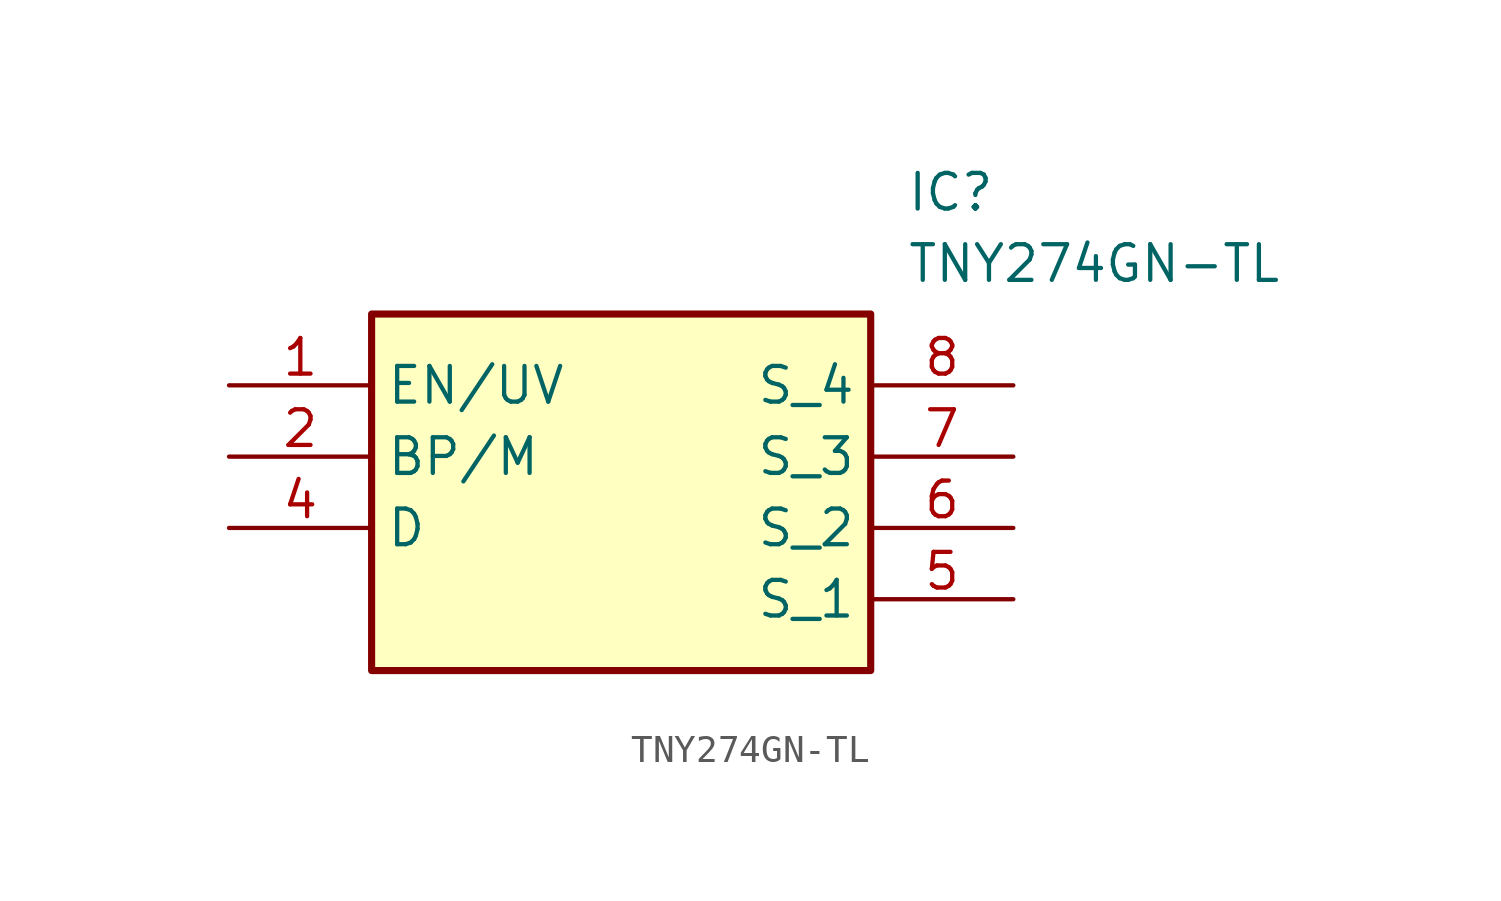
<source format=kicad_sym>
(kicad_symbol_lib
  (version 20211014)
  (generator SamacSys_ECAD_Model)
  (symbol "TNY274GN-TL"
    (property "Reference" "IC"
      (at 24.13 7.62 0)
      (effects (font (size 1.27 1.27)) (justify left top)))
    (property "Value" "TNY274GN-TL"
      (at 24.13 5.08 0)
      (effects (font (size 1.27 1.27)) (justify left top)))
    (rectangle
      (start 5.08 2.54)
      (end 22.86 -10.16)
      (stroke (width 0.254) (type default))
      (fill (type background)))
    (pin passive line
      (at 0 0 0)
      (length 5.08)
      (name "EN/UV" (effects (font (size 1.27 1.27))))
      (number "1" (effects (font (size 1.27 1.27)))))
    (pin passive line
      (at 0 -2.54 0)
      (length 5.08)
      (name "BP/M" (effects (font (size 1.27 1.27))))
      (number "2" (effects (font (size 1.27 1.27)))))
    (pin passive line
      (at 0 -5.08 0)
      (length 5.08)
      (name "D" (effects (font (size 1.27 1.27))))
      (number "4" (effects (font (size 1.27 1.27)))))
    (pin passive line
      (at 27.94 -7.62 180)
      (length 5.08)
      (name "S_1" (effects (font (size 1.27 1.27))))
      (number "5" (effects (font (size 1.27 1.27)))))
    (pin passive line
      (at 27.94 -5.08 180)
      (length 5.08)
      (name "S_2" (effects (font (size 1.27 1.27))))
      (number "6" (effects (font (size 1.27 1.27)))))
    (pin passive line
      (at 27.94 -2.54 180)
      (length 5.08)
      (name "S_3" (effects (font (size 1.27 1.27))))
      (number "7" (effects (font (size 1.27 1.27)))))
    (pin passive line
      (at 27.94 0 180)
      (length 5.08)
      (name "S_4" (effects (font (size 1.27 1.27))))
      (number "8" (effects (font (size 1.27 1.27)))))))
</source>
